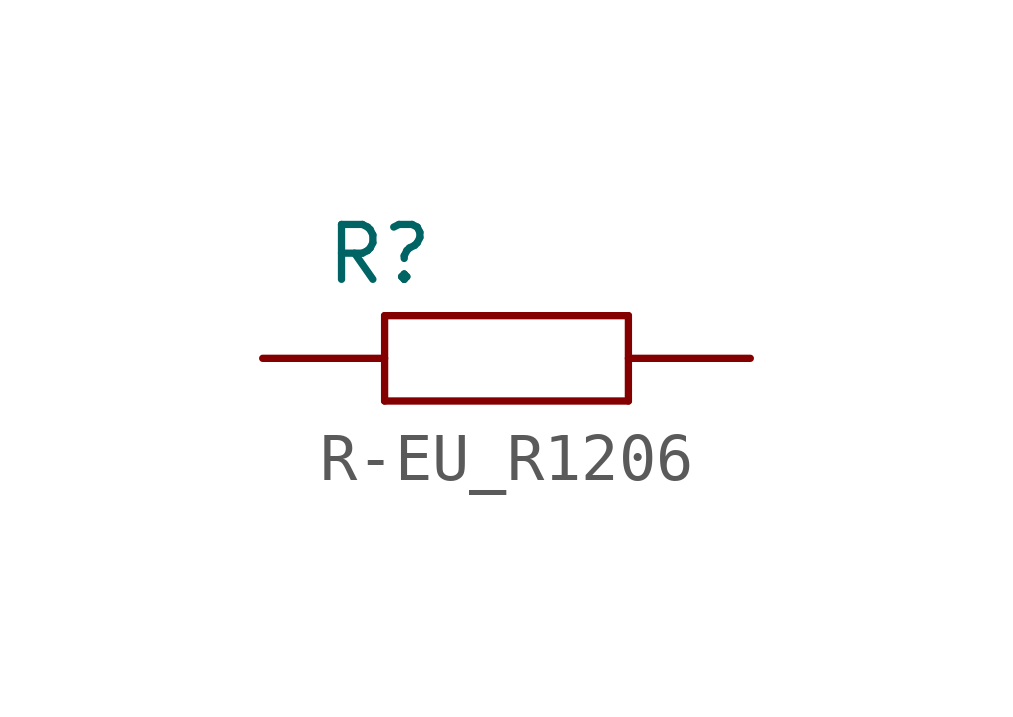
<source format=kicad_sym>
(kicad_symbol_lib
  (version 20231120)
  (generator "kicad_symbol_editor")
  (generator_version "8.0")
  (symbol "R-EU_R1206"
    (pin_numbers hide)
    (pin_names
      (offset 1.016) hide)
    (property "Reference" "R"
      (at -3.81 1.499 0)
      (effects (font (size 1.143 1.143)) (justify left bottom)))
    (symbol "R-EU_R1206_1_0"
      (polyline (pts (xy -2.54 -0.889) (xy -2.54 0.889)) (stroke (width 0) (type default)) (fill (type none)))
      (polyline (pts (xy -2.54 -0.889) (xy 2.54 -0.889)) (stroke (width 0) (type default)) (fill (type none)))
      (polyline (pts (xy 2.54 -0.889) (xy 2.54 0.889)) (stroke (width 0) (type default)) (fill (type none)))
      (polyline (pts (xy 2.54 0.889) (xy -2.54 0.889)) (stroke (width 0) (type default)) (fill (type none))))
    (symbol "R-EU_R1206_1_1"
      (pin passive line (at -5.08 0 0) (length 2.54) (name "1" (effects (font (size 1.016 1.016)))) (number "1" (effects (font (size 1.016 1.016)))))
      (pin passive line (at 5.08 0 180) (length 2.54) (name "2" (effects (font (size 1.016 1.016)))) (number "2" (effects (font (size 1.016 1.016))))))))
</source>
